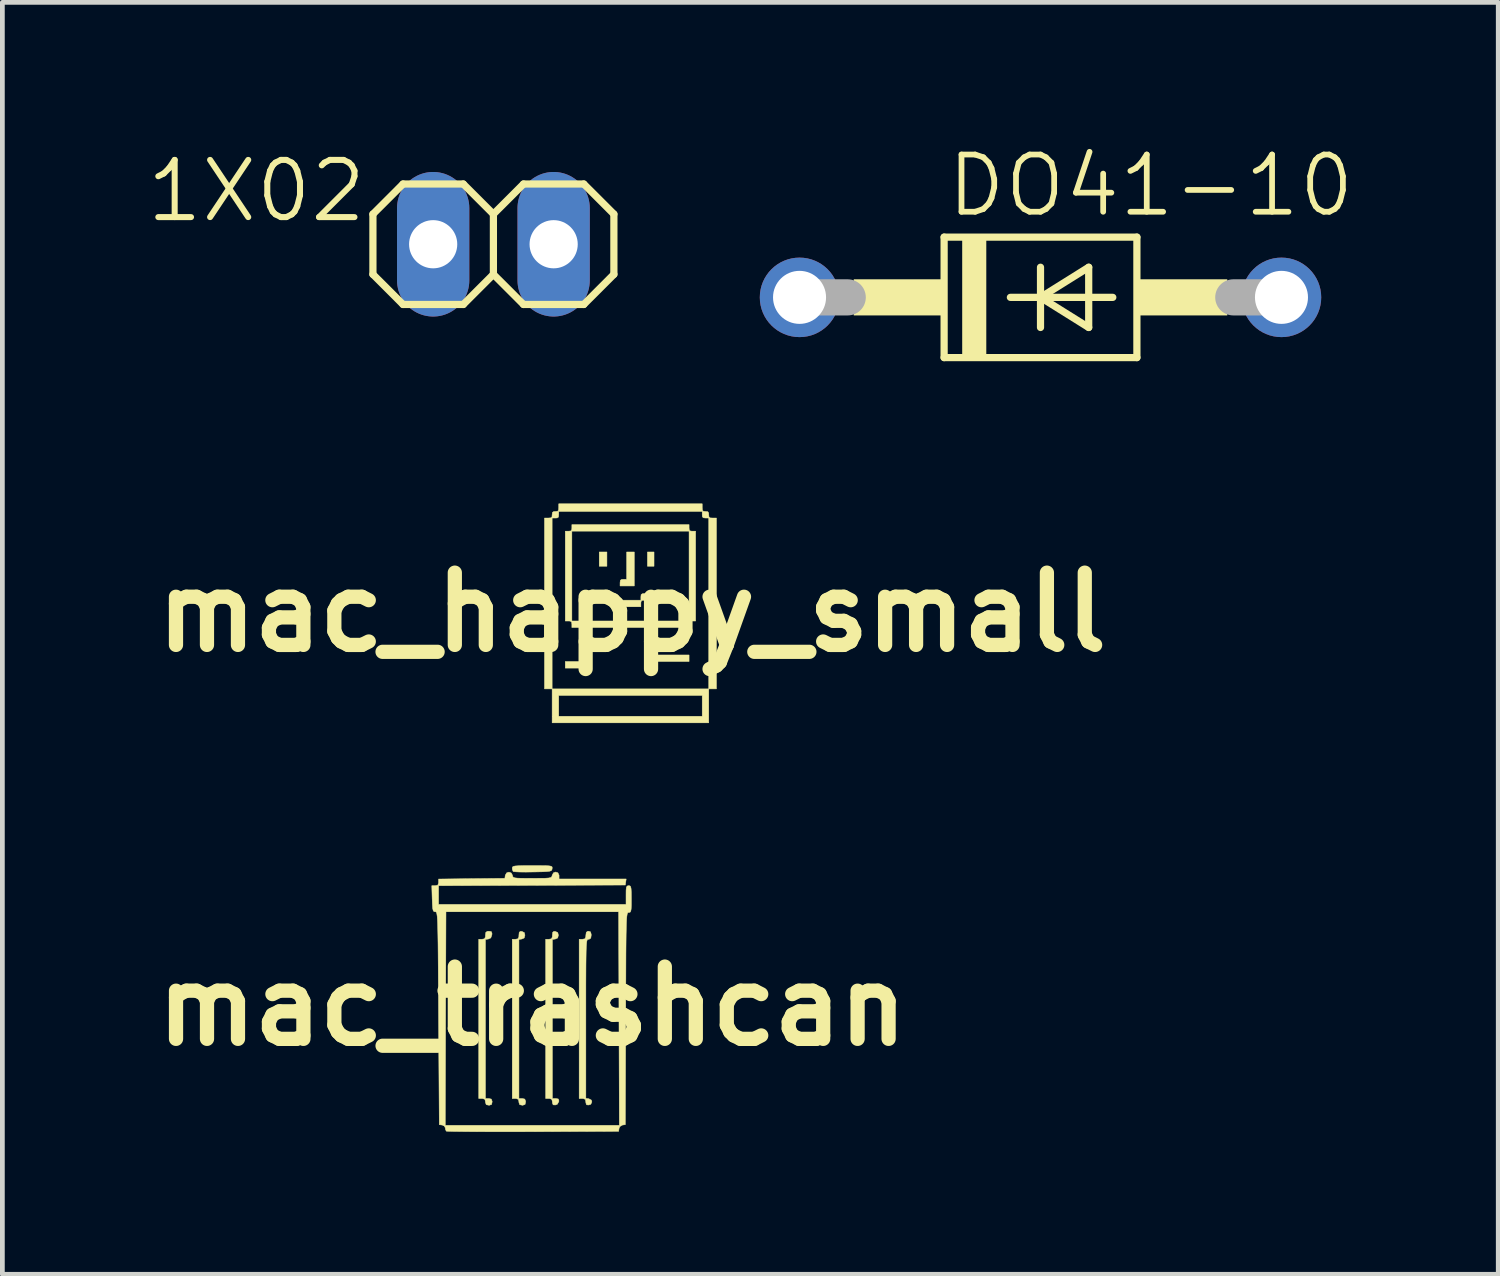
<source format=kicad_pcb>
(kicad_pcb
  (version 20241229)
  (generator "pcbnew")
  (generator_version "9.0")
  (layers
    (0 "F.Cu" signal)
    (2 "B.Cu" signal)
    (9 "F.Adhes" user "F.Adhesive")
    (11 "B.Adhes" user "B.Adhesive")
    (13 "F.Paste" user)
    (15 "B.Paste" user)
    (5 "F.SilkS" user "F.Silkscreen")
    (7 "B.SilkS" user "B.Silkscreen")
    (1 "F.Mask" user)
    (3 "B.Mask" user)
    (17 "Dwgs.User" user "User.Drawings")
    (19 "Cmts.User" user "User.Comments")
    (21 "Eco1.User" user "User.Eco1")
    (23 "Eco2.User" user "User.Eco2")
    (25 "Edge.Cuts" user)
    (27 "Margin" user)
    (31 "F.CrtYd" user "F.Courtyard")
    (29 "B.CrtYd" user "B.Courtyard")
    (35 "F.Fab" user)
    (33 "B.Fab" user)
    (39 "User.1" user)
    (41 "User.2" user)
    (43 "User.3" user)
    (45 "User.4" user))
  (footprint "mac_trashcan"
    (layer "F.Cu")
    (at 8.172 18.162)
    (property "Reference" "mac_trashcan" (at 0 0 0) (layer "F.SilkS") (effects (font (size 1.524 1.524) (thickness 0.3))))
    (attr through_hole)
    (fp_poly (pts (xy 0.487 -1.575) (xy 0.537 -1.551) (xy 0.55 -1.496) (xy 0.535 -1.438) (xy 0.487 -1.416) (xy 0.423 -1.407) (xy 0.423 1.947) (xy 0.496 1.947) (xy 0.549 1.957) (xy 0.561 1.994) (xy 0.559 2.011) (xy 0.527 2.068) (xy 0.487 2.083) (xy 0.439 2.08) (xy 0.424 2.039) (xy 0.423 2.02) (xy 0.412 1.965) (xy 0.369 1.948) (xy 0.353 1.947) (xy 0.282 1.947) (xy 0.282 -1.411) (xy 0.353 -1.411) (xy 0.403 -1.42) (xy 0.421 -1.458) (xy 0.423 -1.498) (xy 0.43 -1.558) (xy 0.457 -1.577) (xy 0.487 -1.575)) (stroke (width 0.01) (type solid)) (fill yes) (layer "F.SilkS"))
    (fp_poly (pts (xy -0.219 -1.575) (xy -0.168 -1.551) (xy -0.155 -1.496) (xy -0.171 -1.438) (xy -0.219 -1.416) (xy -0.282 -1.407) (xy -0.282 1.947) (xy -0.212 1.947) (xy -0.158 1.959) (xy -0.141 2.005) (xy -0.141 2.018) (xy -0.153 2.072) (xy -0.199 2.088) (xy -0.212 2.088) (xy -0.265 2.077) (xy -0.282 2.031) (xy -0.282 2.018) (xy -0.294 1.964) (xy -0.34 1.948) (xy -0.353 1.947) (xy -0.423 1.947) (xy -0.423 -1.411) (xy -0.353 -1.411) (xy -0.303 -1.42) (xy -0.284 -1.458) (xy -0.282 -1.498) (xy -0.276 -1.558) (xy -0.249 -1.577) (xy -0.219 -1.575)) (stroke (width 0.01) (type solid)) (fill yes) (layer "F.SilkS"))
    (fp_poly (pts (xy 0.165 -2.963) (xy 0.28 -2.962) (xy 0.354 -2.958) (xy 0.397 -2.95) (xy 0.416 -2.937) (xy 0.42 -2.918) (xy 0.418 -2.9) (xy 0.413 -2.875) (xy 0.398 -2.857) (xy 0.365 -2.845) (xy 0.306 -2.838) (xy 0.211 -2.833) (xy 0.071 -2.83) (xy 0.013 -2.829) (xy -0.132 -2.827) (xy -0.256 -2.828) (xy -0.348 -2.832) (xy -0.398 -2.838) (xy -0.404 -2.84) (xy -0.421 -2.883) (xy -0.423 -2.912) (xy -0.419 -2.931) (xy -0.402 -2.946) (xy -0.364 -2.955) (xy -0.295 -2.96) (xy -0.189 -2.963) (xy -0.035 -2.963) (xy 0.002 -2.963) (xy 0.165 -2.963)) (stroke (width 0.01) (type solid)) (fill yes) (layer "F.SilkS"))
    (fp_poly (pts (xy -0.864 -1.572) (xy -0.85 -1.536) (xy -0.852 -1.503) (xy -0.875 -1.439) (xy -0.924 -1.416) (xy -0.988 -1.407) (xy -0.988 1.947) (xy -0.917 1.947) (xy -0.864 1.959) (xy -0.847 2.005) (xy -0.847 2.018) (xy -0.858 2.072) (xy -0.904 2.088) (xy -0.917 2.088) (xy -0.971 2.077) (xy -0.987 2.031) (xy -0.988 2.018) (xy -0.999 1.964) (xy -1.045 1.948) (xy -1.058 1.947) (xy -1.129 1.947) (xy -1.129 -1.411) (xy -1.058 -1.411) (xy -1.008 -1.42) (xy -0.989 -1.459) (xy -0.988 -1.496) (xy -0.98 -1.556) (xy -0.948 -1.578) (xy -0.915 -1.58) (xy -0.864 -1.572)) (stroke (width 0.01) (type solid)) (fill yes) (layer "F.SilkS"))
    (fp_poly (pts (xy 1.227 -1.567) (xy 1.241 -1.518) (xy 1.242 -1.496) (xy 1.233 -1.434) (xy 1.2 -1.412) (xy 1.185 -1.411) (xy 1.174 -1.41) (xy 1.164 -1.404) (xy 1.155 -1.389) (xy 1.148 -1.361) (xy 1.143 -1.315) (xy 1.138 -1.247) (xy 1.135 -1.154) (xy 1.133 -1.03) (xy 1.131 -0.871) (xy 1.13 -0.674) (xy 1.129 -0.434) (xy 1.129 -0.147) (xy 1.129 0.191) (xy 1.129 0.266) (xy 1.129 1.943) (xy 1.192 1.952) (xy 1.245 1.98) (xy 1.256 2.018) (xy 1.233 2.068) (xy 1.192 2.083) (xy 1.145 2.08) (xy 1.129 2.039) (xy 1.129 2.02) (xy 1.118 1.965) (xy 1.074 1.948) (xy 1.058 1.947) (xy 0.988 1.947) (xy 0.988 -1.411) (xy 1.058 -1.411) (xy 1.109 -1.42) (xy 1.127 -1.459) (xy 1.129 -1.496) (xy 1.138 -1.558) (xy 1.171 -1.58) (xy 1.185 -1.58) (xy 1.227 -1.567)) (stroke (width 0.01) (type solid)) (fill yes) (layer "F.SilkS"))
    (fp_poly (pts (xy 0.54 -2.811) (xy 0.564 -2.761) (xy 0.564 -2.752) (xy 0.564 -2.681) (xy 1.979 -2.681) (xy 1.961 -2.554) (xy -0.007 -2.547) (xy -1.976 -2.54) (xy -1.976 -2.145) (xy 1.976 -2.145) (xy 1.976 -2.342) (xy 1.977 -2.446) (xy 1.984 -2.506) (xy 2 -2.533) (xy 2.028 -2.54) (xy 2.032 -2.54) (xy 2.058 -2.536) (xy 2.074 -2.518) (xy 2.083 -2.474) (xy 2.087 -2.396) (xy 2.088 -2.273) (xy 2.088 -2.258) (xy 2.088 -2.129) (xy 2.084 -2.047) (xy 2.075 -2.001) (xy 2.06 -1.98) (xy 2.035 -1.976) (xy 2.032 -1.976) (xy 2.022 -1.975) (xy 2.013 -1.969) (xy 2.005 -1.956) (xy 1.999 -1.932) (xy 1.993 -1.892) (xy 1.988 -1.833) (xy 1.984 -1.751) (xy 1.981 -1.644) (xy 1.978 -1.506) (xy 1.976 -1.335) (xy 1.974 -1.127) (xy 1.973 -0.878) (xy 1.972 -0.584) (xy 1.97 -0.242) (xy 1.969 0.151) (xy 1.969 0.261) (xy 1.961 2.498) (xy 1.9 2.506) (xy 1.844 2.539) (xy 1.829 2.577) (xy 1.82 2.639) (xy 0.012 2.646) (xy -0.302 2.647) (xy -0.6 2.647) (xy -0.876 2.647) (xy -1.126 2.646) (xy -1.345 2.645) (xy -1.527 2.643) (xy -1.669 2.641) (xy -1.766 2.638) (xy -1.812 2.635) (xy -1.815 2.634) (xy -1.832 2.592) (xy -1.834 2.565) (xy -1.859 2.521) (xy -1.884 2.512) (xy -1.835 2.512) (xy 1.835 2.512) (xy 1.82 -1.99) (xy -1.82 -1.99) (xy -1.828 0.261) (xy -1.835 2.512) (xy -1.884 2.512) (xy -1.898 2.507) (xy -1.961 2.498) (xy -1.976 0.254) (xy -1.978 -0.154) (xy -1.981 -0.51) (xy -1.983 -0.816) (xy -1.985 -1.077) (xy -1.987 -1.296) (xy -1.99 -1.477) (xy -1.993 -1.623) (xy -1.996 -1.739) (xy -2 -1.827) (xy -2.005 -1.892) (xy -2.011 -1.936) (xy -2.017 -1.965) (xy -2.025 -1.981) (xy -2.033 -1.988) (xy -2.043 -1.99) (xy -2.046 -1.99) (xy -2.072 -1.994) (xy -2.089 -2.014) (xy -2.1 -2.06) (xy -2.106 -2.141) (xy -2.111 -2.265) (xy -2.119 -2.54) (xy -2.047 -2.54) (xy -1.993 -2.551) (xy -1.976 -2.596) (xy -1.976 -2.61) (xy -1.976 -2.68) (xy -1.277 -2.688) (xy -0.579 -2.695) (xy -0.57 -2.759) (xy -0.541 -2.81) (xy -0.492 -2.826) (xy -0.443 -2.807) (xy -0.418 -2.759) (xy -0.413 -2.734) (xy -0.399 -2.717) (xy -0.368 -2.705) (xy -0.311 -2.699) (xy -0.22 -2.696) (xy -0.085 -2.695) (xy 0 -2.695) (xy 0.159 -2.696) (xy 0.271 -2.697) (xy 0.344 -2.702) (xy 0.387 -2.711) (xy 0.408 -2.725) (xy 0.416 -2.746) (xy 0.418 -2.759) (xy 0.446 -2.811) (xy 0.493 -2.828) (xy 0.54 -2.811)) (stroke (width 0.01) (type solid)) (fill yes) (layer "F.SilkS")))
  (footprint "1X02"
    (layer "F.Cu")
    (at 7.352 2.099)
    (property "Reference" "1X02" (at -2.616 -1.829 0) (layer "F.SilkS") (effects (font (size 1.206 1.206) (thickness 0.127)) (justify right top)))
    (attr through_hole)
    (fp_line (start -2.54 -0.635) (end -2.54 0.635) (stroke (width 0.152) (type solid)) (layer "F.SilkS"))
    (fp_line (start -2.54 0.635) (end -1.905 1.27) (stroke (width 0.152) (type solid)) (layer "F.SilkS"))
    (fp_line (start -1.905 -1.27) (end -2.54 -0.635) (stroke (width 0.152) (type solid)) (layer "F.SilkS"))
    (fp_line (start -1.905 -1.27) (end -0.635 -1.27) (stroke (width 0.152) (type solid)) (layer "F.SilkS"))
    (fp_line (start -0.635 -1.27) (end 0 -0.635) (stroke (width 0.152) (type solid)) (layer "F.SilkS"))
    (fp_line (start -0.635 1.27) (end -1.905 1.27) (stroke (width 0.152) (type solid)) (layer "F.SilkS"))
    (fp_line (start 0 -0.635) (end 0 0.635) (stroke (width 0.152) (type solid)) (layer "F.SilkS"))
    (fp_line (start 0 -0.635) (end 0.635 -1.27) (stroke (width 0.152) (type solid)) (layer "F.SilkS"))
    (fp_line (start 0 0.635) (end -0.635 1.27) (stroke (width 0.152) (type solid)) (layer "F.SilkS"))
    (fp_line (start 0.635 -1.27) (end 1.905 -1.27) (stroke (width 0.152) (type solid)) (layer "F.SilkS"))
    (fp_line (start 0.635 1.27) (end 0 0.635) (stroke (width 0.152) (type solid)) (layer "F.SilkS"))
    (fp_line (start 1.905 -1.27) (end 2.54 -0.635) (stroke (width 0.152) (type solid)) (layer "F.SilkS"))
    (fp_line (start 1.905 1.27) (end 0.635 1.27) (stroke (width 0.152) (type solid)) (layer "F.SilkS"))
    (fp_line (start 2.54 -0.635) (end 2.54 0.635) (stroke (width 0.152) (type solid)) (layer "F.SilkS"))
    (fp_line (start 2.54 0.635) (end 1.905 1.27) (stroke (width 0.152) (type solid)) (layer "F.SilkS"))
    (fp_poly (pts (xy -1.524 0.254) (xy -1.016 0.254) (xy -1.016 -0.254) (xy -1.524 -0.254)) (stroke (width 0.1) (type solid)) (fill no) (layer "F.Fab"))
    (fp_poly (pts (xy 1.016 0.254) (xy 1.524 0.254) (xy 1.524 -0.254) (xy 1.016 -0.254)) (stroke (width 0.1) (type solid)) (fill no) (layer "F.Fab"))
    (pad "1" thru_hole oval (at -1.27 0 90) (size 3.048 1.524) (drill 1.016) (layers "*.Cu" "*.Mask"))
    (pad "2" thru_hole oval (at 1.27 0 90) (size 3.048 1.524) (drill 1.016) (layers "*.Cu" "*.Mask")))
  (footprint "DO41-10"
    (layer "F.Cu")
    (at 18.886 3.219)
    (property "Reference" "DO41-10" (at -2.032 -1.651 0) (layer "F.SilkS") (effects (font (size 1.206 1.206) (thickness 0.121)) (justify left bottom)))
    (attr through_hole)
    (fp_line (start -2.032 -1.27) (end -2.032 1.27) (stroke (width 0.152) (type solid)) (layer "F.SilkS"))
    (fp_line (start -2.032 -1.27) (end 2.032 -1.27) (stroke (width 0.152) (type solid)) (layer "F.SilkS"))
    (fp_line (start -0.635 0) (end 0 0) (stroke (width 0.152) (type solid)) (layer "F.SilkS"))
    (fp_line (start 0 -0.635) (end 0 0) (stroke (width 0.152) (type solid)) (layer "F.SilkS"))
    (fp_line (start 0 0) (end 0 0.635) (stroke (width 0.152) (type solid)) (layer "F.SilkS"))
    (fp_line (start 0 0) (end 1.016 -0.635) (stroke (width 0.152) (type solid)) (layer "F.SilkS"))
    (fp_line (start 0 0) (end 1.524 0) (stroke (width 0.152) (type solid)) (layer "F.SilkS"))
    (fp_line (start 1.016 -0.635) (end 1.016 0.635) (stroke (width 0.152) (type solid)) (layer "F.SilkS"))
    (fp_line (start 1.016 0.635) (end 0 0) (stroke (width 0.152) (type solid)) (layer "F.SilkS"))
    (fp_line (start 2.032 1.27) (end -2.032 1.27) (stroke (width 0.152) (type solid)) (layer "F.SilkS"))
    (fp_line (start 2.032 1.27) (end 2.032 -1.27) (stroke (width 0.152) (type solid)) (layer "F.SilkS"))
    (fp_poly (pts (xy -3.937 0.381) (xy -2.032 0.381) (xy -2.032 -0.381) (xy -3.937 -0.381)) (stroke (width 0) (type solid)) (fill yes) (layer "F.SilkS"))
    (fp_poly (pts (xy -1.651 1.27) (xy -1.143 1.27) (xy -1.143 -1.27) (xy -1.651 -1.27)) (stroke (width 0) (type solid)) (fill yes) (layer "F.SilkS"))
    (fp_poly (pts (xy 2.032 0.381) (xy 3.937 0.381) (xy 3.937 -0.381) (xy 2.032 -0.381)) (stroke (width 0) (type solid)) (fill yes) (layer "F.SilkS"))
    (fp_line (start -5.08 0) (end -4.064 0) (stroke (width 0.762) (type solid)) (layer "F.Fab"))
    (fp_line (start 5.08 0) (end 4.064 0) (stroke (width 0.762) (type solid)) (layer "F.Fab"))
    (pad "A" thru_hole circle (at 5.08 0) (size 1.676 1.676) (drill 1.118) (layers "*.Cu" "*.Mask"))
    (pad "C" thru_hole circle (at -5.08 0) (size 1.676 1.676) (drill 1.118) (layers "*.Cu" "*.Mask")))
  (footprint "mac_happy_small"
    (layer "F.Cu")
    (at 10.276 9.857)
    (property "Reference" "mac_happy_small" (at 0 0 0) (layer "F.SilkS") (effects (font (size 1.524 1.524) (thickness 0.3))))
    (attr through_hole)
    (fp_poly (pts (xy -1.108 1.178) (xy -1.409 1.178) (xy -1.409 1.039) (xy -1.108 1.039) (xy -1.108 1.178)) (stroke (width 0.01) (type solid)) (fill yes) (layer "F.SilkS"))
    (fp_poly (pts (xy -0.531 -0.97) (xy -0.693 -0.97) (xy -0.693 -1.27) (xy -0.531 -1.27) (xy -0.531 -0.97)) (stroke (width 0.01) (type solid)) (fill yes) (layer "F.SilkS"))
    (fp_poly (pts (xy 0.462 -0.97) (xy 0.323 -0.97) (xy 0.323 -1.27) (xy 0.462 -1.27) (xy 0.462 -0.97)) (stroke (width 0.01) (type solid)) (fill yes) (layer "F.SilkS"))
    (fp_poly (pts (xy 1.201 1.039) (xy 0.323 1.039) (xy 0.323 0.901) (xy 1.201 0.901) (xy 1.201 1.039)) (stroke (width 0.01) (type solid)) (fill yes) (layer "F.SilkS"))
    (fp_poly (pts (xy 0.046 -0.554) (xy -0.254 -0.554) (xy -0.254 -0.623) (xy -0.248 -0.673) (xy -0.221 -0.691) (xy -0.185 -0.693) (xy -0.115 -0.693) (xy -0.115 -1.27) (xy 0.046 -1.27) (xy 0.046 -0.554)) (stroke (width 0.01) (type solid)) (fill yes) (layer "F.SilkS"))
    (fp_poly (pts (xy 0.303 -0.387) (xy 0.321 -0.36) (xy 0.323 -0.323) (xy 0.318 -0.274) (xy 0.291 -0.256) (xy 0.254 -0.254) (xy 0.205 -0.248) (xy 0.187 -0.221) (xy 0.185 -0.185) (xy 0.185 -0.115) (xy -0.393 -0.115) (xy -0.393 -0.185) (xy -0.398 -0.234) (xy -0.425 -0.252) (xy -0.462 -0.254) (xy -0.511 -0.26) (xy -0.529 -0.287) (xy -0.531 -0.323) (xy -0.525 -0.372) (xy -0.498 -0.39) (xy -0.462 -0.393) (xy -0.413 -0.387) (xy -0.395 -0.36) (xy -0.393 -0.323) (xy -0.393 -0.254) (xy 0.185 -0.254) (xy 0.185 -0.323) (xy 0.19 -0.372) (xy 0.217 -0.39) (xy 0.254 -0.393) (xy 0.303 -0.387)) (stroke (width 0.01) (type solid)) (fill yes) (layer "F.SilkS"))
    (fp_poly (pts (xy 1.201 -1.778) (xy 1.206 -1.729) (xy 1.233 -1.711) (xy 1.27 -1.709) (xy 1.339 -1.709) (xy 1.339 0.185) (xy 1.27 0.185) (xy 1.221 0.19) (xy 1.203 0.217) (xy 1.201 0.254) (xy 1.201 0.323) (xy -1.27 0.323) (xy -1.27 0.254) (xy -1.276 0.205) (xy -1.303 0.187) (xy -1.339 0.185) (xy -1.409 0.185) (xy -1.409 -1.709) (xy -1.339 -1.709) (xy -1.27 -1.709) (xy -1.27 0.185) (xy 1.201 0.185) (xy 1.201 -1.709) (xy -1.27 -1.709) (xy -1.339 -1.709) (xy -1.29 -1.714) (xy -1.272 -1.741) (xy -1.27 -1.778) (xy -1.27 -1.847) (xy 1.201 -1.847) (xy 1.201 -1.778)) (stroke (width 0.01) (type solid)) (fill yes) (layer "F.SilkS"))
    (fp_poly (pts (xy 1.478 -2.205) (xy 1.482 -2.151) (xy 1.501 -2.129) (xy 1.547 -2.124) (xy 1.596 -2.119) (xy 1.614 -2.092) (xy 1.616 -2.055) (xy 1.621 -2.009) (xy 1.644 -1.989) (xy 1.697 -1.986) (xy 1.778 -1.986) (xy 1.778 1.616) (xy 1.616 1.616) (xy 1.616 2.332) (xy -1.686 2.332) (xy -1.686 1.755) (xy -1.547 1.755) (xy -1.547 2.194) (xy 1.478 2.194) (xy 1.478 1.755) (xy -1.547 1.755) (xy -1.686 1.755) (xy -1.686 1.616) (xy -1.847 1.616) (xy -1.847 -1.986) (xy -1.766 -1.986) (xy -1.686 -1.986) (xy -1.686 1.616) (xy 1.616 1.616) (xy 1.616 -1.986) (xy 1.547 -1.986) (xy 1.498 -1.992) (xy 1.48 -2.019) (xy 1.478 -2.055) (xy 1.478 -2.124) (xy -1.547 -2.124) (xy -1.547 -2.055) (xy -1.553 -2.006) (xy -1.58 -1.988) (xy -1.616 -1.986) (xy -1.686 -1.986) (xy -1.766 -1.986) (xy -1.712 -1.99) (xy -1.69 -2.009) (xy -1.686 -2.055) (xy -1.68 -2.104) (xy -1.653 -2.122) (xy -1.616 -2.124) (xy -1.57 -2.129) (xy -1.551 -2.152) (xy -1.547 -2.205) (xy -1.547 -2.286) (xy 1.478 -2.286) (xy 1.478 -2.205)) (stroke (width 0.01) (type solid)) (fill yes) (layer "F.SilkS")))
  (gr_rect
    (start -3 -3)
    (end 28.536 23.815)
    (stroke (width 0.1) (type default))
    (fill no)
    (layer "Edge.Cuts")))
</source>
